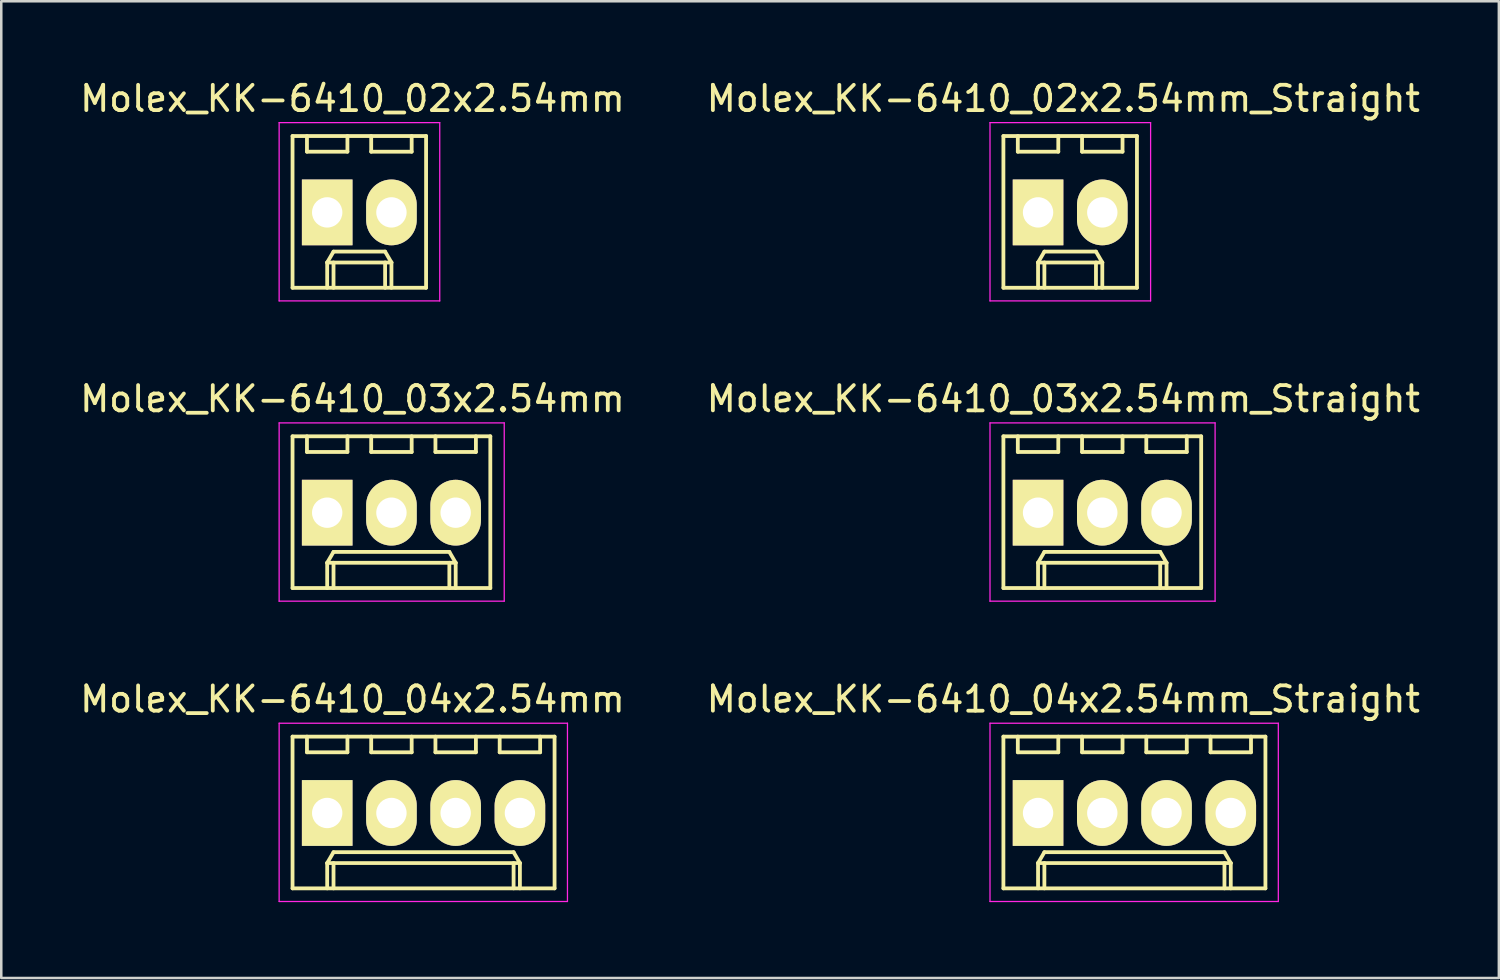
<source format=kicad_pcb>
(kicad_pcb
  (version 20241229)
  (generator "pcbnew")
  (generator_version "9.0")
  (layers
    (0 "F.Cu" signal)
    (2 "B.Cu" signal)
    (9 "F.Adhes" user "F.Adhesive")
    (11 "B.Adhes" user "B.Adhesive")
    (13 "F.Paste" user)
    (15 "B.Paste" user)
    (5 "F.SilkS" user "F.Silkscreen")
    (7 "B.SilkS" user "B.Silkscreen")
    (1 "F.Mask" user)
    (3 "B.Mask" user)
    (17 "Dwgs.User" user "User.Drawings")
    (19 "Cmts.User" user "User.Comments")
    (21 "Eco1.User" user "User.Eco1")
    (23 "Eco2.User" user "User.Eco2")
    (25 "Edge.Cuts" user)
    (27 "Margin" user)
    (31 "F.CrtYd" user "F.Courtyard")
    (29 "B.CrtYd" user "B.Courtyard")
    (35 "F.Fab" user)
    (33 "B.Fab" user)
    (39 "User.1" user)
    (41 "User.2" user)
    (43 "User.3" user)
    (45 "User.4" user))
  (footprint "Molex_KK-6410_03x2.54mm_Straight"
    (layer "F.Cu")
    (at 37.994 17.221)
    (property "Reference" "Molex_KK-6410_03x2.54mm_Straight" (at 1 -4.5 0) (layer "F.SilkS") (effects (font (size 1 1) (thickness 0.15))))
    (attr through_hole)
    (fp_line (start -1.37 -3.02) (end -1.37 2.98) (stroke (width 0.15) (type solid)) (layer "F.SilkS"))
    (fp_line (start -1.37 2.98) (end 6.45 2.98) (stroke (width 0.15) (type solid)) (layer "F.SilkS"))
    (fp_line (start -0.8 -3.02) (end -0.8 -2.4) (stroke (width 0.15) (type solid)) (layer "F.SilkS"))
    (fp_line (start -0.8 -2.4) (end 0.8 -2.4) (stroke (width 0.15) (type solid)) (layer "F.SilkS"))
    (fp_line (start 0 1.98) (end 0.25 1.55) (stroke (width 0.15) (type solid)) (layer "F.SilkS"))
    (fp_line (start 0 1.98) (end 5.08 1.98) (stroke (width 0.15) (type solid)) (layer "F.SilkS"))
    (fp_line (start 0 2.98) (end 0 1.98) (stroke (width 0.15) (type solid)) (layer "F.SilkS"))
    (fp_line (start 0.25 1.55) (end 4.83 1.55) (stroke (width 0.15) (type solid)) (layer "F.SilkS"))
    (fp_line (start 0.25 2.98) (end 0.25 1.98) (stroke (width 0.15) (type solid)) (layer "F.SilkS"))
    (fp_line (start 0.8 -2.4) (end 0.8 -3.02) (stroke (width 0.15) (type solid)) (layer "F.SilkS"))
    (fp_line (start 1.74 -3.02) (end 1.74 -2.4) (stroke (width 0.15) (type solid)) (layer "F.SilkS"))
    (fp_line (start 1.74 -2.4) (end 3.34 -2.4) (stroke (width 0.15) (type solid)) (layer "F.SilkS"))
    (fp_line (start 3.34 -2.4) (end 3.34 -3.02) (stroke (width 0.15) (type solid)) (layer "F.SilkS"))
    (fp_line (start 4.28 -3.02) (end 4.28 -2.4) (stroke (width 0.15) (type solid)) (layer "F.SilkS"))
    (fp_line (start 4.28 -2.4) (end 5.88 -2.4) (stroke (width 0.15) (type solid)) (layer "F.SilkS"))
    (fp_line (start 4.83 1.55) (end 5.08 1.98) (stroke (width 0.15) (type solid)) (layer "F.SilkS"))
    (fp_line (start 4.83 2.98) (end 4.83 1.98) (stroke (width 0.15) (type solid)) (layer "F.SilkS"))
    (fp_line (start 5.08 1.98) (end 5.08 2.98) (stroke (width 0.15) (type solid)) (layer "F.SilkS"))
    (fp_line (start 5.88 -2.4) (end 5.88 -3.02) (stroke (width 0.15) (type solid)) (layer "F.SilkS"))
    (fp_line (start 6.45 -3.02) (end -1.37 -3.02) (stroke (width 0.15) (type solid)) (layer "F.SilkS"))
    (fp_line (start 6.45 2.98) (end 6.45 -3.02) (stroke (width 0.15) (type solid)) (layer "F.SilkS"))
    (fp_line (start -1.9 -3.55) (end 7 -3.55) (stroke (width 0.05) (type solid)) (layer "F.CrtYd"))
    (fp_line (start -1.9 3.5) (end -1.9 -3.55) (stroke (width 0.05) (type solid)) (layer "F.CrtYd"))
    (fp_line (start 7 -3.55) (end 7 3.5) (stroke (width 0.05) (type solid)) (layer "F.CrtYd"))
    (fp_line (start 7 3.5) (end -1.9 3.5) (stroke (width 0.05) (type solid)) (layer "F.CrtYd"))
    (pad "1" thru_hole rect (at 0 0) (size 2 2.6) (drill 1.2) (layers "*.Cu" "*.Mask" "F.SilkS"))
    (pad "2" thru_hole oval (at 2.54 0) (size 2 2.6) (drill 1.2) (layers "*.Cu" "*.Mask" "F.SilkS"))
    (pad "3" thru_hole oval (at 5.08 0) (size 2 2.6) (drill 1.2) (layers "*.Cu" "*.Mask" "F.SilkS")))
  (footprint "Molex_KK-6410_03x2.54mm"
    (layer "F.Cu")
    (at 9.887 17.221)
    (property "Reference" "Molex_KK-6410_03x2.54mm" (at 1 -4.5 0) (layer "F.SilkS") (effects (font (size 1 1) (thickness 0.15))))
    (attr through_hole)
    (fp_line (start -1.37 -3.02) (end -1.37 2.98) (stroke (width 0.15) (type solid)) (layer "F.SilkS"))
    (fp_line (start -1.37 2.98) (end 6.45 2.98) (stroke (width 0.15) (type solid)) (layer "F.SilkS"))
    (fp_line (start -0.8 -3.02) (end -0.8 -2.4) (stroke (width 0.15) (type solid)) (layer "F.SilkS"))
    (fp_line (start -0.8 -2.4) (end 0.8 -2.4) (stroke (width 0.15) (type solid)) (layer "F.SilkS"))
    (fp_line (start 0 1.98) (end 0.25 1.55) (stroke (width 0.15) (type solid)) (layer "F.SilkS"))
    (fp_line (start 0 1.98) (end 5.08 1.98) (stroke (width 0.15) (type solid)) (layer "F.SilkS"))
    (fp_line (start 0 2.98) (end 0 1.98) (stroke (width 0.15) (type solid)) (layer "F.SilkS"))
    (fp_line (start 0.25 1.55) (end 4.83 1.55) (stroke (width 0.15) (type solid)) (layer "F.SilkS"))
    (fp_line (start 0.25 2.98) (end 0.25 1.98) (stroke (width 0.15) (type solid)) (layer "F.SilkS"))
    (fp_line (start 0.8 -2.4) (end 0.8 -3.02) (stroke (width 0.15) (type solid)) (layer "F.SilkS"))
    (fp_line (start 1.74 -3.02) (end 1.74 -2.4) (stroke (width 0.15) (type solid)) (layer "F.SilkS"))
    (fp_line (start 1.74 -2.4) (end 3.34 -2.4) (stroke (width 0.15) (type solid)) (layer "F.SilkS"))
    (fp_line (start 3.34 -2.4) (end 3.34 -3.02) (stroke (width 0.15) (type solid)) (layer "F.SilkS"))
    (fp_line (start 4.28 -3.02) (end 4.28 -2.4) (stroke (width 0.15) (type solid)) (layer "F.SilkS"))
    (fp_line (start 4.28 -2.4) (end 5.88 -2.4) (stroke (width 0.15) (type solid)) (layer "F.SilkS"))
    (fp_line (start 4.83 1.55) (end 5.08 1.98) (stroke (width 0.15) (type solid)) (layer "F.SilkS"))
    (fp_line (start 4.83 2.98) (end 4.83 1.98) (stroke (width 0.15) (type solid)) (layer "F.SilkS"))
    (fp_line (start 5.08 1.98) (end 5.08 2.98) (stroke (width 0.15) (type solid)) (layer "F.SilkS"))
    (fp_line (start 5.88 -2.4) (end 5.88 -3.02) (stroke (width 0.15) (type solid)) (layer "F.SilkS"))
    (fp_line (start 6.45 -3.02) (end -1.37 -3.02) (stroke (width 0.15) (type solid)) (layer "F.SilkS"))
    (fp_line (start 6.45 2.98) (end 6.45 -3.02) (stroke (width 0.15) (type solid)) (layer "F.SilkS"))
    (fp_line (start -1.9 -3.55) (end 7 -3.55) (stroke (width 0.05) (type solid)) (layer "F.CrtYd"))
    (fp_line (start -1.9 3.5) (end -1.9 -3.55) (stroke (width 0.05) (type solid)) (layer "F.CrtYd"))
    (fp_line (start 7 -3.55) (end 7 3.5) (stroke (width 0.05) (type solid)) (layer "F.CrtYd"))
    (fp_line (start 7 3.5) (end -1.9 3.5) (stroke (width 0.05) (type solid)) (layer "F.CrtYd"))
    (pad "1" thru_hole rect (at 0 0) (size 2 2.6) (drill 1.2) (layers "*.Cu" "*.Mask" "F.SilkS"))
    (pad "2" thru_hole oval (at 2.54 0) (size 2 2.6) (drill 1.2) (layers "*.Cu" "*.Mask" "F.SilkS"))
    (pad "3" thru_hole oval (at 5.08 0) (size 2 2.6) (drill 1.2) (layers "*.Cu" "*.Mask" "F.SilkS")))
  (footprint "Molex_KK-6410_02x2.54mm_Straight"
    (layer "F.Cu")
    (at 37.994 5.348)
    (property "Reference" "Molex_KK-6410_02x2.54mm_Straight" (at 1 -4.5 0) (layer "F.SilkS") (effects (font (size 1 1) (thickness 0.15))))
    (attr through_hole)
    (fp_line (start -1.37 -3.02) (end -1.37 2.98) (stroke (width 0.15) (type solid)) (layer "F.SilkS"))
    (fp_line (start -1.37 2.98) (end 3.91 2.98) (stroke (width 0.15) (type solid)) (layer "F.SilkS"))
    (fp_line (start -0.8 -3.02) (end -0.8 -2.4) (stroke (width 0.15) (type solid)) (layer "F.SilkS"))
    (fp_line (start -0.8 -2.4) (end 0.8 -2.4) (stroke (width 0.15) (type solid)) (layer "F.SilkS"))
    (fp_line (start 0 1.98) (end 0.25 1.55) (stroke (width 0.15) (type solid)) (layer "F.SilkS"))
    (fp_line (start 0 1.98) (end 2.54 1.98) (stroke (width 0.15) (type solid)) (layer "F.SilkS"))
    (fp_line (start 0 2.98) (end 0 1.98) (stroke (width 0.15) (type solid)) (layer "F.SilkS"))
    (fp_line (start 0.25 1.55) (end 2.29 1.55) (stroke (width 0.15) (type solid)) (layer "F.SilkS"))
    (fp_line (start 0.25 2.98) (end 0.25 1.98) (stroke (width 0.15) (type solid)) (layer "F.SilkS"))
    (fp_line (start 0.8 -2.4) (end 0.8 -3.02) (stroke (width 0.15) (type solid)) (layer "F.SilkS"))
    (fp_line (start 1.74 -3.02) (end 1.74 -2.4) (stroke (width 0.15) (type solid)) (layer "F.SilkS"))
    (fp_line (start 1.74 -2.4) (end 3.34 -2.4) (stroke (width 0.15) (type solid)) (layer "F.SilkS"))
    (fp_line (start 2.29 1.55) (end 2.54 1.98) (stroke (width 0.15) (type solid)) (layer "F.SilkS"))
    (fp_line (start 2.29 2.98) (end 2.29 1.98) (stroke (width 0.15) (type solid)) (layer "F.SilkS"))
    (fp_line (start 2.54 1.98) (end 2.54 2.98) (stroke (width 0.15) (type solid)) (layer "F.SilkS"))
    (fp_line (start 3.34 -2.4) (end 3.34 -3.02) (stroke (width 0.15) (type solid)) (layer "F.SilkS"))
    (fp_line (start 3.91 -3.02) (end -1.37 -3.02) (stroke (width 0.15) (type solid)) (layer "F.SilkS"))
    (fp_line (start 3.91 2.98) (end 3.91 -3.02) (stroke (width 0.15) (type solid)) (layer "F.SilkS"))
    (fp_line (start -1.9 -3.55) (end 4.45 -3.55) (stroke (width 0.05) (type solid)) (layer "F.CrtYd"))
    (fp_line (start -1.9 3.5) (end -1.9 -3.55) (stroke (width 0.05) (type solid)) (layer "F.CrtYd"))
    (fp_line (start 4.45 -3.55) (end 4.45 3.5) (stroke (width 0.05) (type solid)) (layer "F.CrtYd"))
    (fp_line (start 4.45 3.5) (end -1.9 3.5) (stroke (width 0.05) (type solid)) (layer "F.CrtYd"))
    (pad "1" thru_hole rect (at 0 0) (size 2 2.6) (drill 1.2) (layers "*.Cu" "*.Mask" "F.SilkS"))
    (pad "2" thru_hole oval (at 2.54 0) (size 2 2.6) (drill 1.2) (layers "*.Cu" "*.Mask" "F.SilkS")))
  (footprint "Molex_KK-6410_04x2.54mm"
    (layer "F.Cu")
    (at 9.887 29.095)
    (property "Reference" "Molex_KK-6410_04x2.54mm" (at 1 -4.5 0) (layer "F.SilkS") (effects (font (size 1 1) (thickness 0.15))))
    (attr through_hole)
    (fp_line (start -1.37 -3.02) (end -1.37 2.98) (stroke (width 0.15) (type solid)) (layer "F.SilkS"))
    (fp_line (start -1.37 2.98) (end 8.99 2.98) (stroke (width 0.15) (type solid)) (layer "F.SilkS"))
    (fp_line (start -0.8 -3.02) (end -0.8 -2.4) (stroke (width 0.15) (type solid)) (layer "F.SilkS"))
    (fp_line (start -0.8 -2.4) (end 0.8 -2.4) (stroke (width 0.15) (type solid)) (layer "F.SilkS"))
    (fp_line (start 0 1.98) (end 0.25 1.55) (stroke (width 0.15) (type solid)) (layer "F.SilkS"))
    (fp_line (start 0 1.98) (end 7.62 1.98) (stroke (width 0.15) (type solid)) (layer "F.SilkS"))
    (fp_line (start 0 2.98) (end 0 1.98) (stroke (width 0.15) (type solid)) (layer "F.SilkS"))
    (fp_line (start 0.25 1.55) (end 7.37 1.55) (stroke (width 0.15) (type solid)) (layer "F.SilkS"))
    (fp_line (start 0.25 2.98) (end 0.25 1.98) (stroke (width 0.15) (type solid)) (layer "F.SilkS"))
    (fp_line (start 0.8 -2.4) (end 0.8 -3.02) (stroke (width 0.15) (type solid)) (layer "F.SilkS"))
    (fp_line (start 1.74 -3.02) (end 1.74 -2.4) (stroke (width 0.15) (type solid)) (layer "F.SilkS"))
    (fp_line (start 1.74 -2.4) (end 3.34 -2.4) (stroke (width 0.15) (type solid)) (layer "F.SilkS"))
    (fp_line (start 3.34 -2.4) (end 3.34 -3.02) (stroke (width 0.15) (type solid)) (layer "F.SilkS"))
    (fp_line (start 4.28 -3.02) (end 4.28 -2.4) (stroke (width 0.15) (type solid)) (layer "F.SilkS"))
    (fp_line (start 4.28 -2.4) (end 5.88 -2.4) (stroke (width 0.15) (type solid)) (layer "F.SilkS"))
    (fp_line (start 5.88 -2.4) (end 5.88 -3.02) (stroke (width 0.15) (type solid)) (layer "F.SilkS"))
    (fp_line (start 6.82 -3.02) (end 6.82 -2.4) (stroke (width 0.15) (type solid)) (layer "F.SilkS"))
    (fp_line (start 6.82 -2.4) (end 8.42 -2.4) (stroke (width 0.15) (type solid)) (layer "F.SilkS"))
    (fp_line (start 7.37 1.55) (end 7.62 1.98) (stroke (width 0.15) (type solid)) (layer "F.SilkS"))
    (fp_line (start 7.37 2.98) (end 7.37 1.98) (stroke (width 0.15) (type solid)) (layer "F.SilkS"))
    (fp_line (start 7.62 1.98) (end 7.62 2.98) (stroke (width 0.15) (type solid)) (layer "F.SilkS"))
    (fp_line (start 8.42 -2.4) (end 8.42 -3.02) (stroke (width 0.15) (type solid)) (layer "F.SilkS"))
    (fp_line (start 8.99 -3.02) (end -1.37 -3.02) (stroke (width 0.15) (type solid)) (layer "F.SilkS"))
    (fp_line (start 8.99 2.98) (end 8.99 -3.02) (stroke (width 0.15) (type solid)) (layer "F.SilkS"))
    (fp_line (start -1.9 -3.55) (end 9.5 -3.55) (stroke (width 0.05) (type solid)) (layer "F.CrtYd"))
    (fp_line (start -1.9 3.5) (end -1.9 -3.55) (stroke (width 0.05) (type solid)) (layer "F.CrtYd"))
    (fp_line (start 9.5 -3.55) (end 9.5 3.5) (stroke (width 0.05) (type solid)) (layer "F.CrtYd"))
    (fp_line (start 9.5 3.5) (end -1.9 3.5) (stroke (width 0.05) (type solid)) (layer "F.CrtYd"))
    (pad "1" thru_hole rect (at 0 0) (size 2 2.6) (drill 1.2) (layers "*.Cu" "*.Mask" "F.SilkS"))
    (pad "2" thru_hole oval (at 2.54 0) (size 2 2.6) (drill 1.2) (layers "*.Cu" "*.Mask" "F.SilkS"))
    (pad "3" thru_hole oval (at 5.08 0) (size 2 2.6) (drill 1.2) (layers "*.Cu" "*.Mask" "F.SilkS"))
    (pad "4" thru_hole oval (at 7.62 0) (size 2 2.6) (drill 1.2) (layers "*.Cu" "*.Mask" "F.SilkS")))
  (footprint "Molex_KK-6410_02x2.54mm"
    (layer "F.Cu")
    (at 9.887 5.348)
    (property "Reference" "Molex_KK-6410_02x2.54mm" (at 1 -4.5 0) (layer "F.SilkS") (effects (font (size 1 1) (thickness 0.15))))
    (attr through_hole)
    (fp_line (start -1.37 -3.02) (end -1.37 2.98) (stroke (width 0.15) (type solid)) (layer "F.SilkS"))
    (fp_line (start -1.37 2.98) (end 3.91 2.98) (stroke (width 0.15) (type solid)) (layer "F.SilkS"))
    (fp_line (start -0.8 -3.02) (end -0.8 -2.4) (stroke (width 0.15) (type solid)) (layer "F.SilkS"))
    (fp_line (start -0.8 -2.4) (end 0.8 -2.4) (stroke (width 0.15) (type solid)) (layer "F.SilkS"))
    (fp_line (start 0 1.98) (end 0.25 1.55) (stroke (width 0.15) (type solid)) (layer "F.SilkS"))
    (fp_line (start 0 1.98) (end 2.54 1.98) (stroke (width 0.15) (type solid)) (layer "F.SilkS"))
    (fp_line (start 0 2.98) (end 0 1.98) (stroke (width 0.15) (type solid)) (layer "F.SilkS"))
    (fp_line (start 0.25 1.55) (end 2.29 1.55) (stroke (width 0.15) (type solid)) (layer "F.SilkS"))
    (fp_line (start 0.25 2.98) (end 0.25 1.98) (stroke (width 0.15) (type solid)) (layer "F.SilkS"))
    (fp_line (start 0.8 -2.4) (end 0.8 -3.02) (stroke (width 0.15) (type solid)) (layer "F.SilkS"))
    (fp_line (start 1.74 -3.02) (end 1.74 -2.4) (stroke (width 0.15) (type solid)) (layer "F.SilkS"))
    (fp_line (start 1.74 -2.4) (end 3.34 -2.4) (stroke (width 0.15) (type solid)) (layer "F.SilkS"))
    (fp_line (start 2.29 1.55) (end 2.54 1.98) (stroke (width 0.15) (type solid)) (layer "F.SilkS"))
    (fp_line (start 2.29 2.98) (end 2.29 1.98) (stroke (width 0.15) (type solid)) (layer "F.SilkS"))
    (fp_line (start 2.54 1.98) (end 2.54 2.98) (stroke (width 0.15) (type solid)) (layer "F.SilkS"))
    (fp_line (start 3.34 -2.4) (end 3.34 -3.02) (stroke (width 0.15) (type solid)) (layer "F.SilkS"))
    (fp_line (start 3.91 -3.02) (end -1.37 -3.02) (stroke (width 0.15) (type solid)) (layer "F.SilkS"))
    (fp_line (start 3.91 2.98) (end 3.91 -3.02) (stroke (width 0.15) (type solid)) (layer "F.SilkS"))
    (fp_line (start -1.9 -3.55) (end 4.45 -3.55) (stroke (width 0.05) (type solid)) (layer "F.CrtYd"))
    (fp_line (start -1.9 3.5) (end -1.9 -3.55) (stroke (width 0.05) (type solid)) (layer "F.CrtYd"))
    (fp_line (start 4.45 -3.55) (end 4.45 3.5) (stroke (width 0.05) (type solid)) (layer "F.CrtYd"))
    (fp_line (start 4.45 3.5) (end -1.9 3.5) (stroke (width 0.05) (type solid)) (layer "F.CrtYd"))
    (pad "1" thru_hole rect (at 0 0) (size 2 2.6) (drill 1.2) (layers "*.Cu" "*.Mask" "F.SilkS"))
    (pad "2" thru_hole oval (at 2.54 0) (size 2 2.6) (drill 1.2) (layers "*.Cu" "*.Mask" "F.SilkS")))
  (footprint "Molex_KK-6410_04x2.54mm_Straight"
    (layer "F.Cu")
    (at 37.994 29.095)
    (property "Reference" "Molex_KK-6410_04x2.54mm_Straight" (at 1 -4.5 0) (layer "F.SilkS") (effects (font (size 1 1) (thickness 0.15))))
    (attr through_hole)
    (fp_line (start -1.37 -3.02) (end -1.37 2.98) (stroke (width 0.15) (type solid)) (layer "F.SilkS"))
    (fp_line (start -1.37 2.98) (end 8.99 2.98) (stroke (width 0.15) (type solid)) (layer "F.SilkS"))
    (fp_line (start -0.8 -3.02) (end -0.8 -2.4) (stroke (width 0.15) (type solid)) (layer "F.SilkS"))
    (fp_line (start -0.8 -2.4) (end 0.8 -2.4) (stroke (width 0.15) (type solid)) (layer "F.SilkS"))
    (fp_line (start 0 1.98) (end 0.25 1.55) (stroke (width 0.15) (type solid)) (layer "F.SilkS"))
    (fp_line (start 0 1.98) (end 7.62 1.98) (stroke (width 0.15) (type solid)) (layer "F.SilkS"))
    (fp_line (start 0 2.98) (end 0 1.98) (stroke (width 0.15) (type solid)) (layer "F.SilkS"))
    (fp_line (start 0.25 1.55) (end 7.37 1.55) (stroke (width 0.15) (type solid)) (layer "F.SilkS"))
    (fp_line (start 0.25 2.98) (end 0.25 1.98) (stroke (width 0.15) (type solid)) (layer "F.SilkS"))
    (fp_line (start 0.8 -2.4) (end 0.8 -3.02) (stroke (width 0.15) (type solid)) (layer "F.SilkS"))
    (fp_line (start 1.74 -3.02) (end 1.74 -2.4) (stroke (width 0.15) (type solid)) (layer "F.SilkS"))
    (fp_line (start 1.74 -2.4) (end 3.34 -2.4) (stroke (width 0.15) (type solid)) (layer "F.SilkS"))
    (fp_line (start 3.34 -2.4) (end 3.34 -3.02) (stroke (width 0.15) (type solid)) (layer "F.SilkS"))
    (fp_line (start 4.28 -3.02) (end 4.28 -2.4) (stroke (width 0.15) (type solid)) (layer "F.SilkS"))
    (fp_line (start 4.28 -2.4) (end 5.88 -2.4) (stroke (width 0.15) (type solid)) (layer "F.SilkS"))
    (fp_line (start 5.88 -2.4) (end 5.88 -3.02) (stroke (width 0.15) (type solid)) (layer "F.SilkS"))
    (fp_line (start 6.82 -3.02) (end 6.82 -2.4) (stroke (width 0.15) (type solid)) (layer "F.SilkS"))
    (fp_line (start 6.82 -2.4) (end 8.42 -2.4) (stroke (width 0.15) (type solid)) (layer "F.SilkS"))
    (fp_line (start 7.37 1.55) (end 7.62 1.98) (stroke (width 0.15) (type solid)) (layer "F.SilkS"))
    (fp_line (start 7.37 2.98) (end 7.37 1.98) (stroke (width 0.15) (type solid)) (layer "F.SilkS"))
    (fp_line (start 7.62 1.98) (end 7.62 2.98) (stroke (width 0.15) (type solid)) (layer "F.SilkS"))
    (fp_line (start 8.42 -2.4) (end 8.42 -3.02) (stroke (width 0.15) (type solid)) (layer "F.SilkS"))
    (fp_line (start 8.99 -3.02) (end -1.37 -3.02) (stroke (width 0.15) (type solid)) (layer "F.SilkS"))
    (fp_line (start 8.99 2.98) (end 8.99 -3.02) (stroke (width 0.15) (type solid)) (layer "F.SilkS"))
    (fp_line (start -1.9 -3.55) (end 9.5 -3.55) (stroke (width 0.05) (type solid)) (layer "F.CrtYd"))
    (fp_line (start -1.9 3.5) (end -1.9 -3.55) (stroke (width 0.05) (type solid)) (layer "F.CrtYd"))
    (fp_line (start 9.5 -3.55) (end 9.5 3.5) (stroke (width 0.05) (type solid)) (layer "F.CrtYd"))
    (fp_line (start 9.5 3.5) (end -1.9 3.5) (stroke (width 0.05) (type solid)) (layer "F.CrtYd"))
    (pad "1" thru_hole rect (at 0 0) (size 2 2.6) (drill 1.2) (layers "*.Cu" "*.Mask" "F.SilkS"))
    (pad "2" thru_hole oval (at 2.54 0) (size 2 2.6) (drill 1.2) (layers "*.Cu" "*.Mask" "F.SilkS"))
    (pad "3" thru_hole oval (at 5.08 0) (size 2 2.6) (drill 1.2) (layers "*.Cu" "*.Mask" "F.SilkS"))
    (pad "4" thru_hole oval (at 7.62 0) (size 2 2.6) (drill 1.2) (layers "*.Cu" "*.Mask" "F.SilkS")))
  (gr_rect
    (start -3 -3)
    (end 56.214 35.62)
    (stroke (width 0.1) (type default))
    (fill no)
    (layer "Edge.Cuts")))
</source>
